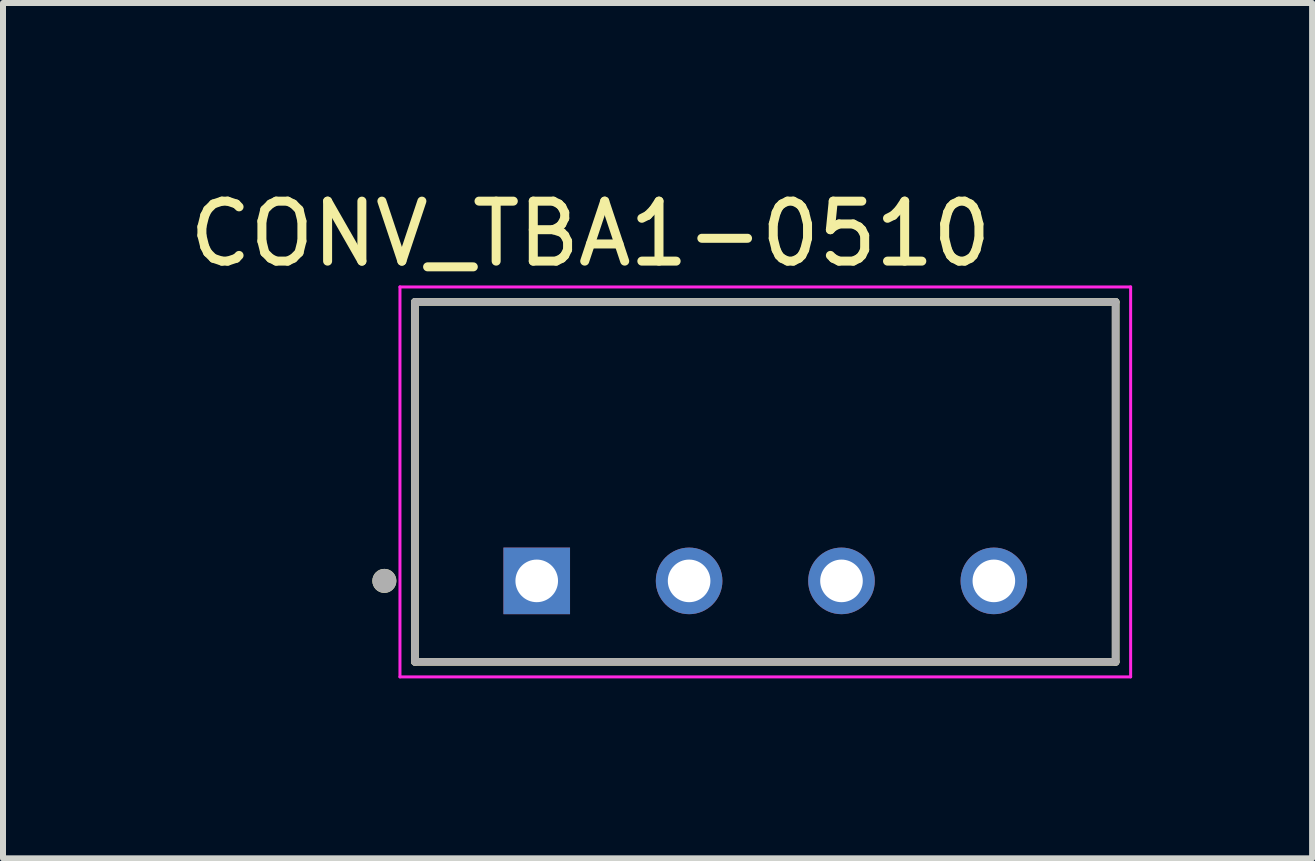
<source format=kicad_pcb>
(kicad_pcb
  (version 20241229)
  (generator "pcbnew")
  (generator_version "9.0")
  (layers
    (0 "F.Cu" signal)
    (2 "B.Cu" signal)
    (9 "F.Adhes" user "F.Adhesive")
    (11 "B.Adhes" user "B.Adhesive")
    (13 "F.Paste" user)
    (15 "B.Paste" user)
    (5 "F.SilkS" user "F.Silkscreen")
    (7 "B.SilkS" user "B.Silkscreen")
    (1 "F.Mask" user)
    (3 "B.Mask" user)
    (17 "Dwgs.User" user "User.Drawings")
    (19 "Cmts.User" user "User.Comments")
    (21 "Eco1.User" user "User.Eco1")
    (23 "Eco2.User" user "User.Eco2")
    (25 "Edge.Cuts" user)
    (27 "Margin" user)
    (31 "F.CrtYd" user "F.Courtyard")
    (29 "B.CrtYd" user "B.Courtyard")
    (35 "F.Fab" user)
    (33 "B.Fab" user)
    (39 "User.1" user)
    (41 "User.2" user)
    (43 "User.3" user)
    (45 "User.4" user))
  (footprint "CONV_TBA1-0510"
    (layer "F.Cu")
    (at 9.707 4.983)
    (property "Reference" "CONV_TBA1-0510" (at -2.915 -4.135 0) (layer "F.SilkS") (effects (font (size 1 1) (thickness 0.15))))
    (attr through_hole)
    (fp_line (start -5.84 -3) (end 5.84 -3) (stroke (width 0.127) (type solid)) (layer "F.SilkS"))
    (fp_line (start -5.84 3) (end -5.84 -3) (stroke (width 0.127) (type solid)) (layer "F.SilkS"))
    (fp_line (start 5.84 -3) (end 5.84 3) (stroke (width 0.127) (type solid)) (layer "F.SilkS"))
    (fp_line (start 5.84 3) (end -5.84 3) (stroke (width 0.127) (type solid)) (layer "F.SilkS"))
    (fp_circle (center -6.35 1.65) (end -6.25 1.65) (stroke (width 0.2) (type solid)) (fill no) (layer "F.SilkS"))
    (fp_line (start -6.09 -3.25) (end -6.09 3.25) (stroke (width 0.05) (type solid)) (layer "F.CrtYd"))
    (fp_line (start -6.09 3.25) (end 6.09 3.25) (stroke (width 0.05) (type solid)) (layer "F.CrtYd"))
    (fp_line (start 6.09 -3.25) (end -6.09 -3.25) (stroke (width 0.05) (type solid)) (layer "F.CrtYd"))
    (fp_line (start 6.09 3.25) (end 6.09 -3.25) (stroke (width 0.05) (type solid)) (layer "F.CrtYd"))
    (fp_line (start -5.84 -3) (end 5.84 -3) (stroke (width 0.127) (type solid)) (layer "F.Fab"))
    (fp_line (start -5.84 3) (end -5.84 -3) (stroke (width 0.127) (type solid)) (layer "F.Fab"))
    (fp_line (start 5.84 -3) (end 5.84 3) (stroke (width 0.127) (type solid)) (layer "F.Fab"))
    (fp_line (start 5.84 3) (end -5.84 3) (stroke (width 0.127) (type solid)) (layer "F.Fab"))
    (fp_circle (center -6.35 1.65) (end -6.25 1.65) (stroke (width 0.2) (type solid)) (fill no) (layer "F.Fab"))
    (pad "1" thru_hole rect (at -3.81 1.65) (size 1.11 1.11) (drill 0.71) (layers "*.Cu" "*.Mask"))
    (pad "2" thru_hole circle (at -1.27 1.65) (size 1.11 1.11) (drill 0.71) (layers "*.Cu" "*.Mask"))
    (pad "3" thru_hole circle (at 1.27 1.65) (size 1.11 1.11) (drill 0.71) (layers "*.Cu" "*.Mask"))
    (pad "4" thru_hole circle (at 3.81 1.65) (size 1.11 1.11) (drill 0.71) (layers "*.Cu" "*.Mask")))
  (gr_rect
    (start -3 -3)
    (end 18.822 11.258)
    (stroke (width 0.1) (type default))
    (fill no)
    (layer "Edge.Cuts")))
</source>
